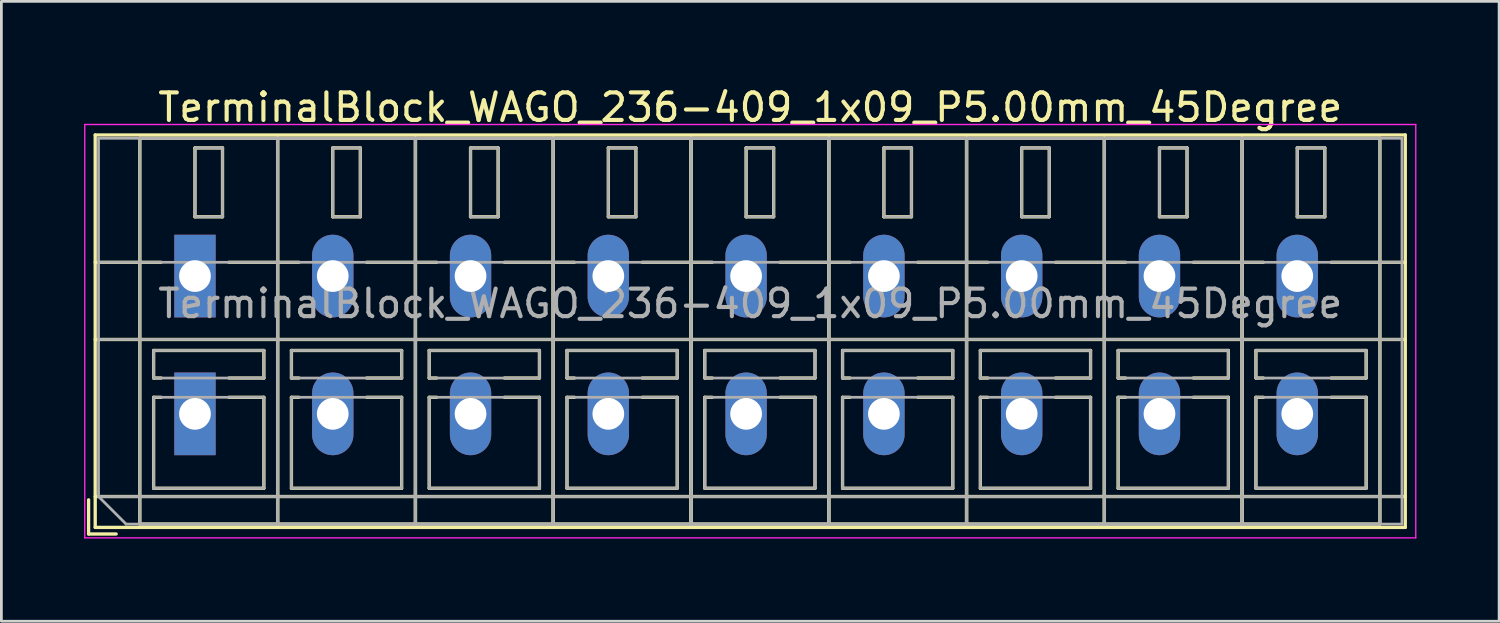
<source format=kicad_pcb>
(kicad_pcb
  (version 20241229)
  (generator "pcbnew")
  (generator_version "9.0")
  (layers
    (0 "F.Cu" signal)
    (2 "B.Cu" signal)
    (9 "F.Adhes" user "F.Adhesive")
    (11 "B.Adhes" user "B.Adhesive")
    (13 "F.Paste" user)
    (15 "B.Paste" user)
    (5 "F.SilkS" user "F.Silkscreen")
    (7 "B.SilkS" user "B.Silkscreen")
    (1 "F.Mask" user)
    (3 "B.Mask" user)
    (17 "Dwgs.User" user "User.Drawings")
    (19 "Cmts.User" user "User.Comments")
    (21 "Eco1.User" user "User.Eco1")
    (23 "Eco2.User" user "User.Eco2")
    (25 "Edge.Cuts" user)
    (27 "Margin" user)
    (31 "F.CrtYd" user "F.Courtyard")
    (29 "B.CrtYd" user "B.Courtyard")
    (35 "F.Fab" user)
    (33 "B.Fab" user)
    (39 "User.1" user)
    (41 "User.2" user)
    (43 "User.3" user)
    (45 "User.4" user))
  (footprint "TerminalBlock_WAGO_236-409_1x09_P5.00mm_45Degree"
    (layer "F.Cu")
    (at 4.025 6.968)
    (property "Reference" "TerminalBlock_WAGO_236-409_1x09_P5.00mm_45Degree" (at 20.15 -6.12 0) (layer "F.SilkS") (effects (font (size 1 1) (thickness 0.15))))
    (attr through_hole)
    (fp_line (start -3.86 8.12) (end -3.86 9.36) (stroke (width 0.12) (type solid)) (layer "F.SilkS"))
    (fp_line (start -3.86 9.36) (end -2.86 9.36) (stroke (width 0.12) (type solid)) (layer "F.SilkS"))
    (fp_line (start -3.62 -5.12) (end -3.62 9.12) (stroke (width 0.12) (type solid)) (layer "F.SilkS"))
    (fp_line (start -3.62 -5.12) (end 43.92 -5.12) (stroke (width 0.12) (type solid)) (layer "F.SilkS"))
    (fp_line (start -3.62 -0.5) (end -1.23 -0.5) (stroke (width 0.12) (type solid)) (layer "F.SilkS"))
    (fp_line (start -3.62 2.3) (end 43.92 2.3) (stroke (width 0.12) (type solid)) (layer "F.SilkS"))
    (fp_line (start -3.62 8) (end 43.92 8) (stroke (width 0.12) (type solid)) (layer "F.SilkS"))
    (fp_line (start -3.62 9.12) (end 43.92 9.12) (stroke (width 0.12) (type solid)) (layer "F.SilkS"))
    (fp_line (start -2 -5) (end -2 9) (stroke (width 0.12) (type solid)) (layer "F.SilkS"))
    (fp_line (start -2 -5) (end 3 -5) (stroke (width 0.12) (type solid)) (layer "F.SilkS"))
    (fp_line (start -2 9) (end 3 9) (stroke (width 0.12) (type solid)) (layer "F.SilkS"))
    (fp_line (start -1.5 2.7) (end -1.5 3.7) (stroke (width 0.12) (type solid)) (layer "F.SilkS"))
    (fp_line (start -1.5 2.7) (end 2.5 2.7) (stroke (width 0.12) (type solid)) (layer "F.SilkS"))
    (fp_line (start -1.5 3.7) (end -1.23 3.7) (stroke (width 0.12) (type solid)) (layer "F.SilkS"))
    (fp_line (start -1.5 4.4) (end -1.5 7.7) (stroke (width 0.12) (type solid)) (layer "F.SilkS"))
    (fp_line (start -1.5 4.4) (end -1.23 4.4) (stroke (width 0.12) (type solid)) (layer "F.SilkS"))
    (fp_line (start -1.5 7.7) (end 2.5 7.7) (stroke (width 0.12) (type solid)) (layer "F.SilkS"))
    (fp_line (start 0 -4.65) (end 0 -2.151) (stroke (width 0.12) (type solid)) (layer "F.SilkS"))
    (fp_line (start 0 -4.65) (end 1 -4.65) (stroke (width 0.12) (type solid)) (layer "F.SilkS"))
    (fp_line (start 0 -2.151) (end 1 -2.151) (stroke (width 0.12) (type solid)) (layer "F.SilkS"))
    (fp_line (start 1 -4.65) (end 1 -2.151) (stroke (width 0.12) (type solid)) (layer "F.SilkS"))
    (fp_line (start 1.23 -0.5) (end 3.77 -0.5) (stroke (width 0.12) (type solid)) (layer "F.SilkS"))
    (fp_line (start 1.23 3.7) (end 2.5 3.7) (stroke (width 0.12) (type solid)) (layer "F.SilkS"))
    (fp_line (start 1.23 4.4) (end 2.5 4.4) (stroke (width 0.12) (type solid)) (layer "F.SilkS"))
    (fp_line (start 2.5 2.7) (end 2.5 3.7) (stroke (width 0.12) (type solid)) (layer "F.SilkS"))
    (fp_line (start 2.5 4.4) (end 2.5 7.7) (stroke (width 0.12) (type solid)) (layer "F.SilkS"))
    (fp_line (start 3 -5) (end 3 9) (stroke (width 0.12) (type solid)) (layer "F.SilkS"))
    (fp_line (start 3 -5) (end 3 9) (stroke (width 0.12) (type solid)) (layer "F.SilkS"))
    (fp_line (start 3 -5) (end 8 -5) (stroke (width 0.12) (type solid)) (layer "F.SilkS"))
    (fp_line (start 3 9) (end 8 9) (stroke (width 0.12) (type solid)) (layer "F.SilkS"))
    (fp_line (start 3.5 2.7) (end 3.5 3.7) (stroke (width 0.12) (type solid)) (layer "F.SilkS"))
    (fp_line (start 3.5 2.7) (end 7.5 2.7) (stroke (width 0.12) (type solid)) (layer "F.SilkS"))
    (fp_line (start 3.5 3.7) (end 3.77 3.7) (stroke (width 0.12) (type solid)) (layer "F.SilkS"))
    (fp_line (start 3.5 4.4) (end 3.5 7.7) (stroke (width 0.12) (type solid)) (layer "F.SilkS"))
    (fp_line (start 3.5 4.4) (end 3.77 4.4) (stroke (width 0.12) (type solid)) (layer "F.SilkS"))
    (fp_line (start 3.5 7.7) (end 7.5 7.7) (stroke (width 0.12) (type solid)) (layer "F.SilkS"))
    (fp_line (start 5 -4.65) (end 5 -2.151) (stroke (width 0.12) (type solid)) (layer "F.SilkS"))
    (fp_line (start 5 -4.65) (end 6 -4.65) (stroke (width 0.12) (type solid)) (layer "F.SilkS"))
    (fp_line (start 5 -2.151) (end 6 -2.151) (stroke (width 0.12) (type solid)) (layer "F.SilkS"))
    (fp_line (start 6 -4.65) (end 6 -2.151) (stroke (width 0.12) (type solid)) (layer "F.SilkS"))
    (fp_line (start 6.23 -0.5) (end 8.77 -0.5) (stroke (width 0.12) (type solid)) (layer "F.SilkS"))
    (fp_line (start 6.23 3.7) (end 7.5 3.7) (stroke (width 0.12) (type solid)) (layer "F.SilkS"))
    (fp_line (start 6.23 4.4) (end 7.5 4.4) (stroke (width 0.12) (type solid)) (layer "F.SilkS"))
    (fp_line (start 7.5 2.7) (end 7.5 3.7) (stroke (width 0.12) (type solid)) (layer "F.SilkS"))
    (fp_line (start 7.5 4.4) (end 7.5 7.7) (stroke (width 0.12) (type solid)) (layer "F.SilkS"))
    (fp_line (start 8 -5) (end 8 9) (stroke (width 0.12) (type solid)) (layer "F.SilkS"))
    (fp_line (start 8 -5) (end 8 9) (stroke (width 0.12) (type solid)) (layer "F.SilkS"))
    (fp_line (start 8 -5) (end 13 -5) (stroke (width 0.12) (type solid)) (layer "F.SilkS"))
    (fp_line (start 8 9) (end 13 9) (stroke (width 0.12) (type solid)) (layer "F.SilkS"))
    (fp_line (start 8.5 2.7) (end 8.5 3.7) (stroke (width 0.12) (type solid)) (layer "F.SilkS"))
    (fp_line (start 8.5 2.7) (end 12.5 2.7) (stroke (width 0.12) (type solid)) (layer "F.SilkS"))
    (fp_line (start 8.5 3.7) (end 8.77 3.7) (stroke (width 0.12) (type solid)) (layer "F.SilkS"))
    (fp_line (start 8.5 4.4) (end 8.5 7.7) (stroke (width 0.12) (type solid)) (layer "F.SilkS"))
    (fp_line (start 8.5 4.4) (end 8.77 4.4) (stroke (width 0.12) (type solid)) (layer "F.SilkS"))
    (fp_line (start 8.5 7.7) (end 12.5 7.7) (stroke (width 0.12) (type solid)) (layer "F.SilkS"))
    (fp_line (start 10 -4.65) (end 10 -2.151) (stroke (width 0.12) (type solid)) (layer "F.SilkS"))
    (fp_line (start 10 -4.65) (end 11 -4.65) (stroke (width 0.12) (type solid)) (layer "F.SilkS"))
    (fp_line (start 10 -2.151) (end 11 -2.151) (stroke (width 0.12) (type solid)) (layer "F.SilkS"))
    (fp_line (start 11 -4.65) (end 11 -2.151) (stroke (width 0.12) (type solid)) (layer "F.SilkS"))
    (fp_line (start 11.23 -0.5) (end 13.77 -0.5) (stroke (width 0.12) (type solid)) (layer "F.SilkS"))
    (fp_line (start 11.23 3.7) (end 12.5 3.7) (stroke (width 0.12) (type solid)) (layer "F.SilkS"))
    (fp_line (start 11.23 4.4) (end 12.5 4.4) (stroke (width 0.12) (type solid)) (layer "F.SilkS"))
    (fp_line (start 12.5 2.7) (end 12.5 3.7) (stroke (width 0.12) (type solid)) (layer "F.SilkS"))
    (fp_line (start 12.5 4.4) (end 12.5 7.7) (stroke (width 0.12) (type solid)) (layer "F.SilkS"))
    (fp_line (start 13 -5) (end 13 9) (stroke (width 0.12) (type solid)) (layer "F.SilkS"))
    (fp_line (start 13 -5) (end 13 9) (stroke (width 0.12) (type solid)) (layer "F.SilkS"))
    (fp_line (start 13 -5) (end 18 -5) (stroke (width 0.12) (type solid)) (layer "F.SilkS"))
    (fp_line (start 13 9) (end 18 9) (stroke (width 0.12) (type solid)) (layer "F.SilkS"))
    (fp_line (start 13.5 2.7) (end 13.5 3.7) (stroke (width 0.12) (type solid)) (layer "F.SilkS"))
    (fp_line (start 13.5 2.7) (end 17.5 2.7) (stroke (width 0.12) (type solid)) (layer "F.SilkS"))
    (fp_line (start 13.5 3.7) (end 13.77 3.7) (stroke (width 0.12) (type solid)) (layer "F.SilkS"))
    (fp_line (start 13.5 4.4) (end 13.5 7.7) (stroke (width 0.12) (type solid)) (layer "F.SilkS"))
    (fp_line (start 13.5 4.4) (end 13.77 4.4) (stroke (width 0.12) (type solid)) (layer "F.SilkS"))
    (fp_line (start 13.5 7.7) (end 17.5 7.7) (stroke (width 0.12) (type solid)) (layer "F.SilkS"))
    (fp_line (start 15 -4.65) (end 15 -2.151) (stroke (width 0.12) (type solid)) (layer "F.SilkS"))
    (fp_line (start 15 -4.65) (end 16 -4.65) (stroke (width 0.12) (type solid)) (layer "F.SilkS"))
    (fp_line (start 15 -2.151) (end 16 -2.151) (stroke (width 0.12) (type solid)) (layer "F.SilkS"))
    (fp_line (start 16 -4.65) (end 16 -2.151) (stroke (width 0.12) (type solid)) (layer "F.SilkS"))
    (fp_line (start 16.23 -0.5) (end 18.77 -0.5) (stroke (width 0.12) (type solid)) (layer "F.SilkS"))
    (fp_line (start 16.23 3.7) (end 17.5 3.7) (stroke (width 0.12) (type solid)) (layer "F.SilkS"))
    (fp_line (start 16.23 4.4) (end 17.5 4.4) (stroke (width 0.12) (type solid)) (layer "F.SilkS"))
    (fp_line (start 17.5 2.7) (end 17.5 3.7) (stroke (width 0.12) (type solid)) (layer "F.SilkS"))
    (fp_line (start 17.5 4.4) (end 17.5 7.7) (stroke (width 0.12) (type solid)) (layer "F.SilkS"))
    (fp_line (start 18 -5) (end 18 9) (stroke (width 0.12) (type solid)) (layer "F.SilkS"))
    (fp_line (start 18 -5) (end 18 9) (stroke (width 0.12) (type solid)) (layer "F.SilkS"))
    (fp_line (start 18 -5) (end 23 -5) (stroke (width 0.12) (type solid)) (layer "F.SilkS"))
    (fp_line (start 18 9) (end 23 9) (stroke (width 0.12) (type solid)) (layer "F.SilkS"))
    (fp_line (start 18.5 2.7) (end 18.5 3.7) (stroke (width 0.12) (type solid)) (layer "F.SilkS"))
    (fp_line (start 18.5 2.7) (end 22.5 2.7) (stroke (width 0.12) (type solid)) (layer "F.SilkS"))
    (fp_line (start 18.5 3.7) (end 18.77 3.7) (stroke (width 0.12) (type solid)) (layer "F.SilkS"))
    (fp_line (start 18.5 4.4) (end 18.5 7.7) (stroke (width 0.12) (type solid)) (layer "F.SilkS"))
    (fp_line (start 18.5 4.4) (end 18.77 4.4) (stroke (width 0.12) (type solid)) (layer "F.SilkS"))
    (fp_line (start 18.5 7.7) (end 22.5 7.7) (stroke (width 0.12) (type solid)) (layer "F.SilkS"))
    (fp_line (start 20 -4.65) (end 20 -2.151) (stroke (width 0.12) (type solid)) (layer "F.SilkS"))
    (fp_line (start 20 -4.65) (end 21 -4.65) (stroke (width 0.12) (type solid)) (layer "F.SilkS"))
    (fp_line (start 20 -2.151) (end 21 -2.151) (stroke (width 0.12) (type solid)) (layer "F.SilkS"))
    (fp_line (start 21 -4.65) (end 21 -2.151) (stroke (width 0.12) (type solid)) (layer "F.SilkS"))
    (fp_line (start 21.23 -0.5) (end 23.77 -0.5) (stroke (width 0.12) (type solid)) (layer "F.SilkS"))
    (fp_line (start 21.23 3.7) (end 22.5 3.7) (stroke (width 0.12) (type solid)) (layer "F.SilkS"))
    (fp_line (start 21.23 4.4) (end 22.5 4.4) (stroke (width 0.12) (type solid)) (layer "F.SilkS"))
    (fp_line (start 22.5 2.7) (end 22.5 3.7) (stroke (width 0.12) (type solid)) (layer "F.SilkS"))
    (fp_line (start 22.5 4.4) (end 22.5 7.7) (stroke (width 0.12) (type solid)) (layer "F.SilkS"))
    (fp_line (start 23 -5) (end 23 9) (stroke (width 0.12) (type solid)) (layer "F.SilkS"))
    (fp_line (start 23 -5) (end 23 9) (stroke (width 0.12) (type solid)) (layer "F.SilkS"))
    (fp_line (start 23 -5) (end 28 -5) (stroke (width 0.12) (type solid)) (layer "F.SilkS"))
    (fp_line (start 23 9) (end 28 9) (stroke (width 0.12) (type solid)) (layer "F.SilkS"))
    (fp_line (start 23.5 2.7) (end 23.5 3.7) (stroke (width 0.12) (type solid)) (layer "F.SilkS"))
    (fp_line (start 23.5 2.7) (end 27.5 2.7) (stroke (width 0.12) (type solid)) (layer "F.SilkS"))
    (fp_line (start 23.5 3.7) (end 23.77 3.7) (stroke (width 0.12) (type solid)) (layer "F.SilkS"))
    (fp_line (start 23.5 4.4) (end 23.5 7.7) (stroke (width 0.12) (type solid)) (layer "F.SilkS"))
    (fp_line (start 23.5 4.4) (end 23.77 4.4) (stroke (width 0.12) (type solid)) (layer "F.SilkS"))
    (fp_line (start 23.5 7.7) (end 27.5 7.7) (stroke (width 0.12) (type solid)) (layer "F.SilkS"))
    (fp_line (start 25 -4.65) (end 25 -2.151) (stroke (width 0.12) (type solid)) (layer "F.SilkS"))
    (fp_line (start 25 -4.65) (end 26 -4.65) (stroke (width 0.12) (type solid)) (layer "F.SilkS"))
    (fp_line (start 25 -2.151) (end 26 -2.151) (stroke (width 0.12) (type solid)) (layer "F.SilkS"))
    (fp_line (start 26 -4.65) (end 26 -2.151) (stroke (width 0.12) (type solid)) (layer "F.SilkS"))
    (fp_line (start 26.23 -0.5) (end 28.77 -0.5) (stroke (width 0.12) (type solid)) (layer "F.SilkS"))
    (fp_line (start 26.23 3.7) (end 27.5 3.7) (stroke (width 0.12) (type solid)) (layer "F.SilkS"))
    (fp_line (start 26.23 4.4) (end 27.5 4.4) (stroke (width 0.12) (type solid)) (layer "F.SilkS"))
    (fp_line (start 27.5 2.7) (end 27.5 3.7) (stroke (width 0.12) (type solid)) (layer "F.SilkS"))
    (fp_line (start 27.5 4.4) (end 27.5 7.7) (stroke (width 0.12) (type solid)) (layer "F.SilkS"))
    (fp_line (start 28 -5) (end 28 9) (stroke (width 0.12) (type solid)) (layer "F.SilkS"))
    (fp_line (start 28 -5) (end 28 9) (stroke (width 0.12) (type solid)) (layer "F.SilkS"))
    (fp_line (start 28 -5) (end 33 -5) (stroke (width 0.12) (type solid)) (layer "F.SilkS"))
    (fp_line (start 28 9) (end 33 9) (stroke (width 0.12) (type solid)) (layer "F.SilkS"))
    (fp_line (start 28.5 2.7) (end 28.5 3.7) (stroke (width 0.12) (type solid)) (layer "F.SilkS"))
    (fp_line (start 28.5 2.7) (end 32.5 2.7) (stroke (width 0.12) (type solid)) (layer "F.SilkS"))
    (fp_line (start 28.5 3.7) (end 28.77 3.7) (stroke (width 0.12) (type solid)) (layer "F.SilkS"))
    (fp_line (start 28.5 4.4) (end 28.5 7.7) (stroke (width 0.12) (type solid)) (layer "F.SilkS"))
    (fp_line (start 28.5 4.4) (end 28.77 4.4) (stroke (width 0.12) (type solid)) (layer "F.SilkS"))
    (fp_line (start 28.5 7.7) (end 32.5 7.7) (stroke (width 0.12) (type solid)) (layer "F.SilkS"))
    (fp_line (start 30 -4.65) (end 30 -2.151) (stroke (width 0.12) (type solid)) (layer "F.SilkS"))
    (fp_line (start 30 -4.65) (end 31 -4.65) (stroke (width 0.12) (type solid)) (layer "F.SilkS"))
    (fp_line (start 30 -2.151) (end 31 -2.151) (stroke (width 0.12) (type solid)) (layer "F.SilkS"))
    (fp_line (start 31 -4.65) (end 31 -2.151) (stroke (width 0.12) (type solid)) (layer "F.SilkS"))
    (fp_line (start 31.23 -0.5) (end 33.77 -0.5) (stroke (width 0.12) (type solid)) (layer "F.SilkS"))
    (fp_line (start 31.23 3.7) (end 32.5 3.7) (stroke (width 0.12) (type solid)) (layer "F.SilkS"))
    (fp_line (start 31.23 4.4) (end 32.5 4.4) (stroke (width 0.12) (type solid)) (layer "F.SilkS"))
    (fp_line (start 32.5 2.7) (end 32.5 3.7) (stroke (width 0.12) (type solid)) (layer "F.SilkS"))
    (fp_line (start 32.5 4.4) (end 32.5 7.7) (stroke (width 0.12) (type solid)) (layer "F.SilkS"))
    (fp_line (start 33 -5) (end 33 9) (stroke (width 0.12) (type solid)) (layer "F.SilkS"))
    (fp_line (start 33 -5) (end 33 9) (stroke (width 0.12) (type solid)) (layer "F.SilkS"))
    (fp_line (start 33 -5) (end 38 -5) (stroke (width 0.12) (type solid)) (layer "F.SilkS"))
    (fp_line (start 33 9) (end 38 9) (stroke (width 0.12) (type solid)) (layer "F.SilkS"))
    (fp_line (start 33.5 2.7) (end 33.5 3.7) (stroke (width 0.12) (type solid)) (layer "F.SilkS"))
    (fp_line (start 33.5 2.7) (end 37.5 2.7) (stroke (width 0.12) (type solid)) (layer "F.SilkS"))
    (fp_line (start 33.5 3.7) (end 33.77 3.7) (stroke (width 0.12) (type solid)) (layer "F.SilkS"))
    (fp_line (start 33.5 4.4) (end 33.5 7.7) (stroke (width 0.12) (type solid)) (layer "F.SilkS"))
    (fp_line (start 33.5 4.4) (end 33.77 4.4) (stroke (width 0.12) (type solid)) (layer "F.SilkS"))
    (fp_line (start 33.5 7.7) (end 37.5 7.7) (stroke (width 0.12) (type solid)) (layer "F.SilkS"))
    (fp_line (start 35 -4.65) (end 35 -2.151) (stroke (width 0.12) (type solid)) (layer "F.SilkS"))
    (fp_line (start 35 -4.65) (end 36 -4.65) (stroke (width 0.12) (type solid)) (layer "F.SilkS"))
    (fp_line (start 35 -2.151) (end 36 -2.151) (stroke (width 0.12) (type solid)) (layer "F.SilkS"))
    (fp_line (start 36 -4.65) (end 36 -2.151) (stroke (width 0.12) (type solid)) (layer "F.SilkS"))
    (fp_line (start 36.23 -0.5) (end 38.77 -0.5) (stroke (width 0.12) (type solid)) (layer "F.SilkS"))
    (fp_line (start 36.23 3.7) (end 37.5 3.7) (stroke (width 0.12) (type solid)) (layer "F.SilkS"))
    (fp_line (start 36.23 4.4) (end 37.5 4.4) (stroke (width 0.12) (type solid)) (layer "F.SilkS"))
    (fp_line (start 37.5 2.7) (end 37.5 3.7) (stroke (width 0.12) (type solid)) (layer "F.SilkS"))
    (fp_line (start 37.5 4.4) (end 37.5 7.7) (stroke (width 0.12) (type solid)) (layer "F.SilkS"))
    (fp_line (start 38 -5) (end 38 9) (stroke (width 0.12) (type solid)) (layer "F.SilkS"))
    (fp_line (start 38 -5) (end 38 9) (stroke (width 0.12) (type solid)) (layer "F.SilkS"))
    (fp_line (start 38 -5) (end 43 -5) (stroke (width 0.12) (type solid)) (layer "F.SilkS"))
    (fp_line (start 38 9) (end 43 9) (stroke (width 0.12) (type solid)) (layer "F.SilkS"))
    (fp_line (start 38.5 2.7) (end 38.5 3.7) (stroke (width 0.12) (type solid)) (layer "F.SilkS"))
    (fp_line (start 38.5 2.7) (end 42.5 2.7) (stroke (width 0.12) (type solid)) (layer "F.SilkS"))
    (fp_line (start 38.5 3.7) (end 38.77 3.7) (stroke (width 0.12) (type solid)) (layer "F.SilkS"))
    (fp_line (start 38.5 4.4) (end 38.5 7.7) (stroke (width 0.12) (type solid)) (layer "F.SilkS"))
    (fp_line (start 38.5 4.4) (end 38.77 4.4) (stroke (width 0.12) (type solid)) (layer "F.SilkS"))
    (fp_line (start 38.5 7.7) (end 42.5 7.7) (stroke (width 0.12) (type solid)) (layer "F.SilkS"))
    (fp_line (start 40 -4.65) (end 40 -2.151) (stroke (width 0.12) (type solid)) (layer "F.SilkS"))
    (fp_line (start 40 -4.65) (end 41 -4.65) (stroke (width 0.12) (type solid)) (layer "F.SilkS"))
    (fp_line (start 40 -2.151) (end 41 -2.151) (stroke (width 0.12) (type solid)) (layer "F.SilkS"))
    (fp_line (start 41 -4.65) (end 41 -2.151) (stroke (width 0.12) (type solid)) (layer "F.SilkS"))
    (fp_line (start 41.23 -0.5) (end 43.92 -0.5) (stroke (width 0.12) (type solid)) (layer "F.SilkS"))
    (fp_line (start 41.23 3.7) (end 42.5 3.7) (stroke (width 0.12) (type solid)) (layer "F.SilkS"))
    (fp_line (start 41.23 4.4) (end 42.5 4.4) (stroke (width 0.12) (type solid)) (layer "F.SilkS"))
    (fp_line (start 42.5 2.7) (end 42.5 3.7) (stroke (width 0.12) (type solid)) (layer "F.SilkS"))
    (fp_line (start 42.5 4.4) (end 42.5 7.7) (stroke (width 0.12) (type solid)) (layer "F.SilkS"))
    (fp_line (start 43 -5) (end 43 9) (stroke (width 0.12) (type solid)) (layer "F.SilkS"))
    (fp_line (start 43.92 -5.12) (end 43.92 9.12) (stroke (width 0.12) (type solid)) (layer "F.SilkS"))
    (fp_line (start -4 -5.5) (end -4 9.5) (stroke (width 0.05) (type solid)) (layer "F.CrtYd"))
    (fp_line (start -4 9.5) (end 44.3 9.5) (stroke (width 0.05) (type solid)) (layer "F.CrtYd"))
    (fp_line (start 44.3 -5.5) (end -4 -5.5) (stroke (width 0.05) (type solid)) (layer "F.CrtYd"))
    (fp_line (start 44.3 9.5) (end 44.3 -5.5) (stroke (width 0.05) (type solid)) (layer "F.CrtYd"))
    (fp_line (start -3.5 -5) (end 43.8 -5) (stroke (width 0.1) (type solid)) (layer "F.Fab"))
    (fp_line (start -3.5 -0.5) (end 43.8 -0.5) (stroke (width 0.1) (type solid)) (layer "F.Fab"))
    (fp_line (start -3.5 2.3) (end 43.8 2.3) (stroke (width 0.1) (type solid)) (layer "F.Fab"))
    (fp_line (start -3.5 8) (end -3.5 -5) (stroke (width 0.1) (type solid)) (layer "F.Fab"))
    (fp_line (start -3.5 8) (end 43.8 8) (stroke (width 0.1) (type solid)) (layer "F.Fab"))
    (fp_line (start -2.5 9) (end -3.5 8) (stroke (width 0.1) (type solid)) (layer "F.Fab"))
    (fp_line (start -2 -5) (end -2 9) (stroke (width 0.1) (type solid)) (layer "F.Fab"))
    (fp_line (start -2 9) (end 3 9) (stroke (width 0.1) (type solid)) (layer "F.Fab"))
    (fp_line (start -1.5 2.7) (end -1.5 3.7) (stroke (width 0.1) (type solid)) (layer "F.Fab"))
    (fp_line (start -1.5 3.7) (end 2.5 3.7) (stroke (width 0.1) (type solid)) (layer "F.Fab"))
    (fp_line (start -1.5 4.4) (end -1.5 7.7) (stroke (width 0.1) (type solid)) (layer "F.Fab"))
    (fp_line (start -1.5 7.7) (end 2.5 7.7) (stroke (width 0.1) (type solid)) (layer "F.Fab"))
    (fp_line (start 0 -4.65) (end 0 -2.15) (stroke (width 0.1) (type solid)) (layer "F.Fab"))
    (fp_line (start 0 -2.15) (end 1 -2.15) (stroke (width 0.1) (type solid)) (layer "F.Fab"))
    (fp_line (start 1 -4.65) (end 0 -4.65) (stroke (width 0.1) (type solid)) (layer "F.Fab"))
    (fp_line (start 1 -2.15) (end 1 -4.65) (stroke (width 0.1) (type solid)) (layer "F.Fab"))
    (fp_line (start 2.5 2.7) (end -1.5 2.7) (stroke (width 0.1) (type solid)) (layer "F.Fab"))
    (fp_line (start 2.5 3.7) (end 2.5 2.7) (stroke (width 0.1) (type solid)) (layer "F.Fab"))
    (fp_line (start 2.5 4.4) (end -1.5 4.4) (stroke (width 0.1) (type solid)) (layer "F.Fab"))
    (fp_line (start 2.5 7.7) (end 2.5 4.4) (stroke (width 0.1) (type solid)) (layer "F.Fab"))
    (fp_line (start 3 -5) (end -2 -5) (stroke (width 0.1) (type solid)) (layer "F.Fab"))
    (fp_line (start 3 -5) (end 3 9) (stroke (width 0.1) (type solid)) (layer "F.Fab"))
    (fp_line (start 3 9) (end 3 -5) (stroke (width 0.1) (type solid)) (layer "F.Fab"))
    (fp_line (start 3 9) (end 8 9) (stroke (width 0.1) (type solid)) (layer "F.Fab"))
    (fp_line (start 3.5 2.7) (end 3.5 3.7) (stroke (width 0.1) (type solid)) (layer "F.Fab"))
    (fp_line (start 3.5 3.7) (end 7.5 3.7) (stroke (width 0.1) (type solid)) (layer "F.Fab"))
    (fp_line (start 3.5 4.4) (end 3.5 7.7) (stroke (width 0.1) (type solid)) (layer "F.Fab"))
    (fp_line (start 3.5 7.7) (end 7.5 7.7) (stroke (width 0.1) (type solid)) (layer "F.Fab"))
    (fp_line (start 5 -4.65) (end 5 -2.15) (stroke (width 0.1) (type solid)) (layer "F.Fab"))
    (fp_line (start 5 -2.15) (end 6 -2.15) (stroke (width 0.1) (type solid)) (layer "F.Fab"))
    (fp_line (start 6 -4.65) (end 5 -4.65) (stroke (width 0.1) (type solid)) (layer "F.Fab"))
    (fp_line (start 6 -2.15) (end 6 -4.65) (stroke (width 0.1) (type solid)) (layer "F.Fab"))
    (fp_line (start 7.5 2.7) (end 3.5 2.7) (stroke (width 0.1) (type solid)) (layer "F.Fab"))
    (fp_line (start 7.5 3.7) (end 7.5 2.7) (stroke (width 0.1) (type solid)) (layer "F.Fab"))
    (fp_line (start 7.5 4.4) (end 3.5 4.4) (stroke (width 0.1) (type solid)) (layer "F.Fab"))
    (fp_line (start 7.5 7.7) (end 7.5 4.4) (stroke (width 0.1) (type solid)) (layer "F.Fab"))
    (fp_line (start 8 -5) (end 3 -5) (stroke (width 0.1) (type solid)) (layer "F.Fab"))
    (fp_line (start 8 -5) (end 8 9) (stroke (width 0.1) (type solid)) (layer "F.Fab"))
    (fp_line (start 8 9) (end 8 -5) (stroke (width 0.1) (type solid)) (layer "F.Fab"))
    (fp_line (start 8 9) (end 13 9) (stroke (width 0.1) (type solid)) (layer "F.Fab"))
    (fp_line (start 8.5 2.7) (end 8.5 3.7) (stroke (width 0.1) (type solid)) (layer "F.Fab"))
    (fp_line (start 8.5 3.7) (end 12.5 3.7) (stroke (width 0.1) (type solid)) (layer "F.Fab"))
    (fp_line (start 8.5 4.4) (end 8.5 7.7) (stroke (width 0.1) (type solid)) (layer "F.Fab"))
    (fp_line (start 8.5 7.7) (end 12.5 7.7) (stroke (width 0.1) (type solid)) (layer "F.Fab"))
    (fp_line (start 10 -4.65) (end 10 -2.15) (stroke (width 0.1) (type solid)) (layer "F.Fab"))
    (fp_line (start 10 -2.15) (end 11 -2.15) (stroke (width 0.1) (type solid)) (layer "F.Fab"))
    (fp_line (start 11 -4.65) (end 10 -4.65) (stroke (width 0.1) (type solid)) (layer "F.Fab"))
    (fp_line (start 11 -2.15) (end 11 -4.65) (stroke (width 0.1) (type solid)) (layer "F.Fab"))
    (fp_line (start 12.5 2.7) (end 8.5 2.7) (stroke (width 0.1) (type solid)) (layer "F.Fab"))
    (fp_line (start 12.5 3.7) (end 12.5 2.7) (stroke (width 0.1) (type solid)) (layer "F.Fab"))
    (fp_line (start 12.5 4.4) (end 8.5 4.4) (stroke (width 0.1) (type solid)) (layer "F.Fab"))
    (fp_line (start 12.5 7.7) (end 12.5 4.4) (stroke (width 0.1) (type solid)) (layer "F.Fab"))
    (fp_line (start 13 -5) (end 8 -5) (stroke (width 0.1) (type solid)) (layer "F.Fab"))
    (fp_line (start 13 -5) (end 13 9) (stroke (width 0.1) (type solid)) (layer "F.Fab"))
    (fp_line (start 13 9) (end 13 -5) (stroke (width 0.1) (type solid)) (layer "F.Fab"))
    (fp_line (start 13 9) (end 18 9) (stroke (width 0.1) (type solid)) (layer "F.Fab"))
    (fp_line (start 13.5 2.7) (end 13.5 3.7) (stroke (width 0.1) (type solid)) (layer "F.Fab"))
    (fp_line (start 13.5 3.7) (end 17.5 3.7) (stroke (width 0.1) (type solid)) (layer "F.Fab"))
    (fp_line (start 13.5 4.4) (end 13.5 7.7) (stroke (width 0.1) (type solid)) (layer "F.Fab"))
    (fp_line (start 13.5 7.7) (end 17.5 7.7) (stroke (width 0.1) (type solid)) (layer "F.Fab"))
    (fp_line (start 15 -4.65) (end 15 -2.15) (stroke (width 0.1) (type solid)) (layer "F.Fab"))
    (fp_line (start 15 -2.15) (end 16 -2.15) (stroke (width 0.1) (type solid)) (layer "F.Fab"))
    (fp_line (start 16 -4.65) (end 15 -4.65) (stroke (width 0.1) (type solid)) (layer "F.Fab"))
    (fp_line (start 16 -2.15) (end 16 -4.65) (stroke (width 0.1) (type solid)) (layer "F.Fab"))
    (fp_line (start 17.5 2.7) (end 13.5 2.7) (stroke (width 0.1) (type solid)) (layer "F.Fab"))
    (fp_line (start 17.5 3.7) (end 17.5 2.7) (stroke (width 0.1) (type solid)) (layer "F.Fab"))
    (fp_line (start 17.5 4.4) (end 13.5 4.4) (stroke (width 0.1) (type solid)) (layer "F.Fab"))
    (fp_line (start 17.5 7.7) (end 17.5 4.4) (stroke (width 0.1) (type solid)) (layer "F.Fab"))
    (fp_line (start 18 -5) (end 13 -5) (stroke (width 0.1) (type solid)) (layer "F.Fab"))
    (fp_line (start 18 -5) (end 18 9) (stroke (width 0.1) (type solid)) (layer "F.Fab"))
    (fp_line (start 18 9) (end 18 -5) (stroke (width 0.1) (type solid)) (layer "F.Fab"))
    (fp_line (start 18 9) (end 23 9) (stroke (width 0.1) (type solid)) (layer "F.Fab"))
    (fp_line (start 18.5 2.7) (end 18.5 3.7) (stroke (width 0.1) (type solid)) (layer "F.Fab"))
    (fp_line (start 18.5 3.7) (end 22.5 3.7) (stroke (width 0.1) (type solid)) (layer "F.Fab"))
    (fp_line (start 18.5 4.4) (end 18.5 7.7) (stroke (width 0.1) (type solid)) (layer "F.Fab"))
    (fp_line (start 18.5 7.7) (end 22.5 7.7) (stroke (width 0.1) (type solid)) (layer "F.Fab"))
    (fp_line (start 20 -4.65) (end 20 -2.15) (stroke (width 0.1) (type solid)) (layer "F.Fab"))
    (fp_line (start 20 -2.15) (end 21 -2.15) (stroke (width 0.1) (type solid)) (layer "F.Fab"))
    (fp_line (start 21 -4.65) (end 20 -4.65) (stroke (width 0.1) (type solid)) (layer "F.Fab"))
    (fp_line (start 21 -2.15) (end 21 -4.65) (stroke (width 0.1) (type solid)) (layer "F.Fab"))
    (fp_line (start 22.5 2.7) (end 18.5 2.7) (stroke (width 0.1) (type solid)) (layer "F.Fab"))
    (fp_line (start 22.5 3.7) (end 22.5 2.7) (stroke (width 0.1) (type solid)) (layer "F.Fab"))
    (fp_line (start 22.5 4.4) (end 18.5 4.4) (stroke (width 0.1) (type solid)) (layer "F.Fab"))
    (fp_line (start 22.5 7.7) (end 22.5 4.4) (stroke (width 0.1) (type solid)) (layer "F.Fab"))
    (fp_line (start 23 -5) (end 18 -5) (stroke (width 0.1) (type solid)) (layer "F.Fab"))
    (fp_line (start 23 -5) (end 23 9) (stroke (width 0.1) (type solid)) (layer "F.Fab"))
    (fp_line (start 23 9) (end 23 -5) (stroke (width 0.1) (type solid)) (layer "F.Fab"))
    (fp_line (start 23 9) (end 28 9) (stroke (width 0.1) (type solid)) (layer "F.Fab"))
    (fp_line (start 23.5 2.7) (end 23.5 3.7) (stroke (width 0.1) (type solid)) (layer "F.Fab"))
    (fp_line (start 23.5 3.7) (end 27.5 3.7) (stroke (width 0.1) (type solid)) (layer "F.Fab"))
    (fp_line (start 23.5 4.4) (end 23.5 7.7) (stroke (width 0.1) (type solid)) (layer "F.Fab"))
    (fp_line (start 23.5 7.7) (end 27.5 7.7) (stroke (width 0.1) (type solid)) (layer "F.Fab"))
    (fp_line (start 25 -4.65) (end 25 -2.15) (stroke (width 0.1) (type solid)) (layer "F.Fab"))
    (fp_line (start 25 -2.15) (end 26 -2.15) (stroke (width 0.1) (type solid)) (layer "F.Fab"))
    (fp_line (start 26 -4.65) (end 25 -4.65) (stroke (width 0.1) (type solid)) (layer "F.Fab"))
    (fp_line (start 26 -2.15) (end 26 -4.65) (stroke (width 0.1) (type solid)) (layer "F.Fab"))
    (fp_line (start 27.5 2.7) (end 23.5 2.7) (stroke (width 0.1) (type solid)) (layer "F.Fab"))
    (fp_line (start 27.5 3.7) (end 27.5 2.7) (stroke (width 0.1) (type solid)) (layer "F.Fab"))
    (fp_line (start 27.5 4.4) (end 23.5 4.4) (stroke (width 0.1) (type solid)) (layer "F.Fab"))
    (fp_line (start 27.5 7.7) (end 27.5 4.4) (stroke (width 0.1) (type solid)) (layer "F.Fab"))
    (fp_line (start 28 -5) (end 23 -5) (stroke (width 0.1) (type solid)) (layer "F.Fab"))
    (fp_line (start 28 -5) (end 28 9) (stroke (width 0.1) (type solid)) (layer "F.Fab"))
    (fp_line (start 28 9) (end 28 -5) (stroke (width 0.1) (type solid)) (layer "F.Fab"))
    (fp_line (start 28 9) (end 33 9) (stroke (width 0.1) (type solid)) (layer "F.Fab"))
    (fp_line (start 28.5 2.7) (end 28.5 3.7) (stroke (width 0.1) (type solid)) (layer "F.Fab"))
    (fp_line (start 28.5 3.7) (end 32.5 3.7) (stroke (width 0.1) (type solid)) (layer "F.Fab"))
    (fp_line (start 28.5 4.4) (end 28.5 7.7) (stroke (width 0.1) (type solid)) (layer "F.Fab"))
    (fp_line (start 28.5 7.7) (end 32.5 7.7) (stroke (width 0.1) (type solid)) (layer "F.Fab"))
    (fp_line (start 30 -4.65) (end 30 -2.15) (stroke (width 0.1) (type solid)) (layer "F.Fab"))
    (fp_line (start 30 -2.15) (end 31 -2.15) (stroke (width 0.1) (type solid)) (layer "F.Fab"))
    (fp_line (start 31 -4.65) (end 30 -4.65) (stroke (width 0.1) (type solid)) (layer "F.Fab"))
    (fp_line (start 31 -2.15) (end 31 -4.65) (stroke (width 0.1) (type solid)) (layer "F.Fab"))
    (fp_line (start 32.5 2.7) (end 28.5 2.7) (stroke (width 0.1) (type solid)) (layer "F.Fab"))
    (fp_line (start 32.5 3.7) (end 32.5 2.7) (stroke (width 0.1) (type solid)) (layer "F.Fab"))
    (fp_line (start 32.5 4.4) (end 28.5 4.4) (stroke (width 0.1) (type solid)) (layer "F.Fab"))
    (fp_line (start 32.5 7.7) (end 32.5 4.4) (stroke (width 0.1) (type solid)) (layer "F.Fab"))
    (fp_line (start 33 -5) (end 28 -5) (stroke (width 0.1) (type solid)) (layer "F.Fab"))
    (fp_line (start 33 -5) (end 33 9) (stroke (width 0.1) (type solid)) (layer "F.Fab"))
    (fp_line (start 33 9) (end 33 -5) (stroke (width 0.1) (type solid)) (layer "F.Fab"))
    (fp_line (start 33 9) (end 38 9) (stroke (width 0.1) (type solid)) (layer "F.Fab"))
    (fp_line (start 33.5 2.7) (end 33.5 3.7) (stroke (width 0.1) (type solid)) (layer "F.Fab"))
    (fp_line (start 33.5 3.7) (end 37.5 3.7) (stroke (width 0.1) (type solid)) (layer "F.Fab"))
    (fp_line (start 33.5 4.4) (end 33.5 7.7) (stroke (width 0.1) (type solid)) (layer "F.Fab"))
    (fp_line (start 33.5 7.7) (end 37.5 7.7) (stroke (width 0.1) (type solid)) (layer "F.Fab"))
    (fp_line (start 35 -4.65) (end 35 -2.15) (stroke (width 0.1) (type solid)) (layer "F.Fab"))
    (fp_line (start 35 -2.15) (end 36 -2.15) (stroke (width 0.1) (type solid)) (layer "F.Fab"))
    (fp_line (start 36 -4.65) (end 35 -4.65) (stroke (width 0.1) (type solid)) (layer "F.Fab"))
    (fp_line (start 36 -2.15) (end 36 -4.65) (stroke (width 0.1) (type solid)) (layer "F.Fab"))
    (fp_line (start 37.5 2.7) (end 33.5 2.7) (stroke (width 0.1) (type solid)) (layer "F.Fab"))
    (fp_line (start 37.5 3.7) (end 37.5 2.7) (stroke (width 0.1) (type solid)) (layer "F.Fab"))
    (fp_line (start 37.5 4.4) (end 33.5 4.4) (stroke (width 0.1) (type solid)) (layer "F.Fab"))
    (fp_line (start 37.5 7.7) (end 37.5 4.4) (stroke (width 0.1) (type solid)) (layer "F.Fab"))
    (fp_line (start 38 -5) (end 33 -5) (stroke (width 0.1) (type solid)) (layer "F.Fab"))
    (fp_line (start 38 -5) (end 38 9) (stroke (width 0.1) (type solid)) (layer "F.Fab"))
    (fp_line (start 38 9) (end 38 -5) (stroke (width 0.1) (type solid)) (layer "F.Fab"))
    (fp_line (start 38 9) (end 43 9) (stroke (width 0.1) (type solid)) (layer "F.Fab"))
    (fp_line (start 38.5 2.7) (end 38.5 3.7) (stroke (width 0.1) (type solid)) (layer "F.Fab"))
    (fp_line (start 38.5 3.7) (end 42.5 3.7) (stroke (width 0.1) (type solid)) (layer "F.Fab"))
    (fp_line (start 38.5 4.4) (end 38.5 7.7) (stroke (width 0.1) (type solid)) (layer "F.Fab"))
    (fp_line (start 38.5 7.7) (end 42.5 7.7) (stroke (width 0.1) (type solid)) (layer "F.Fab"))
    (fp_line (start 40 -4.65) (end 40 -2.15) (stroke (width 0.1) (type solid)) (layer "F.Fab"))
    (fp_line (start 40 -2.15) (end 41 -2.15) (stroke (width 0.1) (type solid)) (layer "F.Fab"))
    (fp_line (start 41 -4.65) (end 40 -4.65) (stroke (width 0.1) (type solid)) (layer "F.Fab"))
    (fp_line (start 41 -2.15) (end 41 -4.65) (stroke (width 0.1) (type solid)) (layer "F.Fab"))
    (fp_line (start 42.5 2.7) (end 38.5 2.7) (stroke (width 0.1) (type solid)) (layer "F.Fab"))
    (fp_line (start 42.5 3.7) (end 42.5 2.7) (stroke (width 0.1) (type solid)) (layer "F.Fab"))
    (fp_line (start 42.5 4.4) (end 38.5 4.4) (stroke (width 0.1) (type solid)) (layer "F.Fab"))
    (fp_line (start 42.5 7.7) (end 42.5 4.4) (stroke (width 0.1) (type solid)) (layer "F.Fab"))
    (fp_line (start 43 -5) (end 38 -5) (stroke (width 0.1) (type solid)) (layer "F.Fab"))
    (fp_line (start 43 9) (end 43 -5) (stroke (width 0.1) (type solid)) (layer "F.Fab"))
    (fp_line (start 43.8 -5) (end 43.8 9) (stroke (width 0.1) (type solid)) (layer "F.Fab"))
    (fp_line (start 43.8 9) (end -2.5 9) (stroke (width 0.1) (type solid)) (layer "F.Fab"))
    (fp_text user "${REFERENCE}" (at 20.15 1 0) (layer "F.Fab") (effects (font (size 1 1) (thickness 0.15))))
    (pad "1" thru_hole rect (at 0 0) (size 1.5 3) (drill 1.15) (layers "*.Cu" "*.Mask"))
    (pad "1" thru_hole rect (at 0 5) (size 1.5 3) (drill 1.15) (layers "*.Cu" "*.Mask"))
    (pad "2" thru_hole oval (at 5 0) (size 1.5 3) (drill 1.15) (layers "*.Cu" "*.Mask"))
    (pad "2" thru_hole oval (at 5 5) (size 1.5 3) (drill 1.15) (layers "*.Cu" "*.Mask"))
    (pad "3" thru_hole oval (at 10 0) (size 1.5 3) (drill 1.15) (layers "*.Cu" "*.Mask"))
    (pad "3" thru_hole oval (at 10 5) (size 1.5 3) (drill 1.15) (layers "*.Cu" "*.Mask"))
    (pad "4" thru_hole oval (at 15 0) (size 1.5 3) (drill 1.15) (layers "*.Cu" "*.Mask"))
    (pad "4" thru_hole oval (at 15 5) (size 1.5 3) (drill 1.15) (layers "*.Cu" "*.Mask"))
    (pad "5" thru_hole oval (at 20 0) (size 1.5 3) (drill 1.15) (layers "*.Cu" "*.Mask"))
    (pad "5" thru_hole oval (at 20 5) (size 1.5 3) (drill 1.15) (layers "*.Cu" "*.Mask"))
    (pad "6" thru_hole oval (at 25 0) (size 1.5 3) (drill 1.15) (layers "*.Cu" "*.Mask"))
    (pad "6" thru_hole oval (at 25 5) (size 1.5 3) (drill 1.15) (layers "*.Cu" "*.Mask"))
    (pad "7" thru_hole oval (at 30 0) (size 1.5 3) (drill 1.15) (layers "*.Cu" "*.Mask"))
    (pad "7" thru_hole oval (at 30 5) (size 1.5 3) (drill 1.15) (layers "*.Cu" "*.Mask"))
    (pad "8" thru_hole oval (at 35 0) (size 1.5 3) (drill 1.15) (layers "*.Cu" "*.Mask"))
    (pad "8" thru_hole oval (at 35 5) (size 1.5 3) (drill 1.15) (layers "*.Cu" "*.Mask"))
    (pad "9" thru_hole oval (at 40 0) (size 1.5 3) (drill 1.15) (layers "*.Cu" "*.Mask"))
    (pad "9" thru_hole oval (at 40 5) (size 1.5 3) (drill 1.15) (layers "*.Cu" "*.Mask")))
  (gr_rect
    (start -3 -3)
    (end 51.35 19.493)
    (stroke (width 0.1) (type default))
    (fill no)
    (layer "Edge.Cuts")))
</source>
